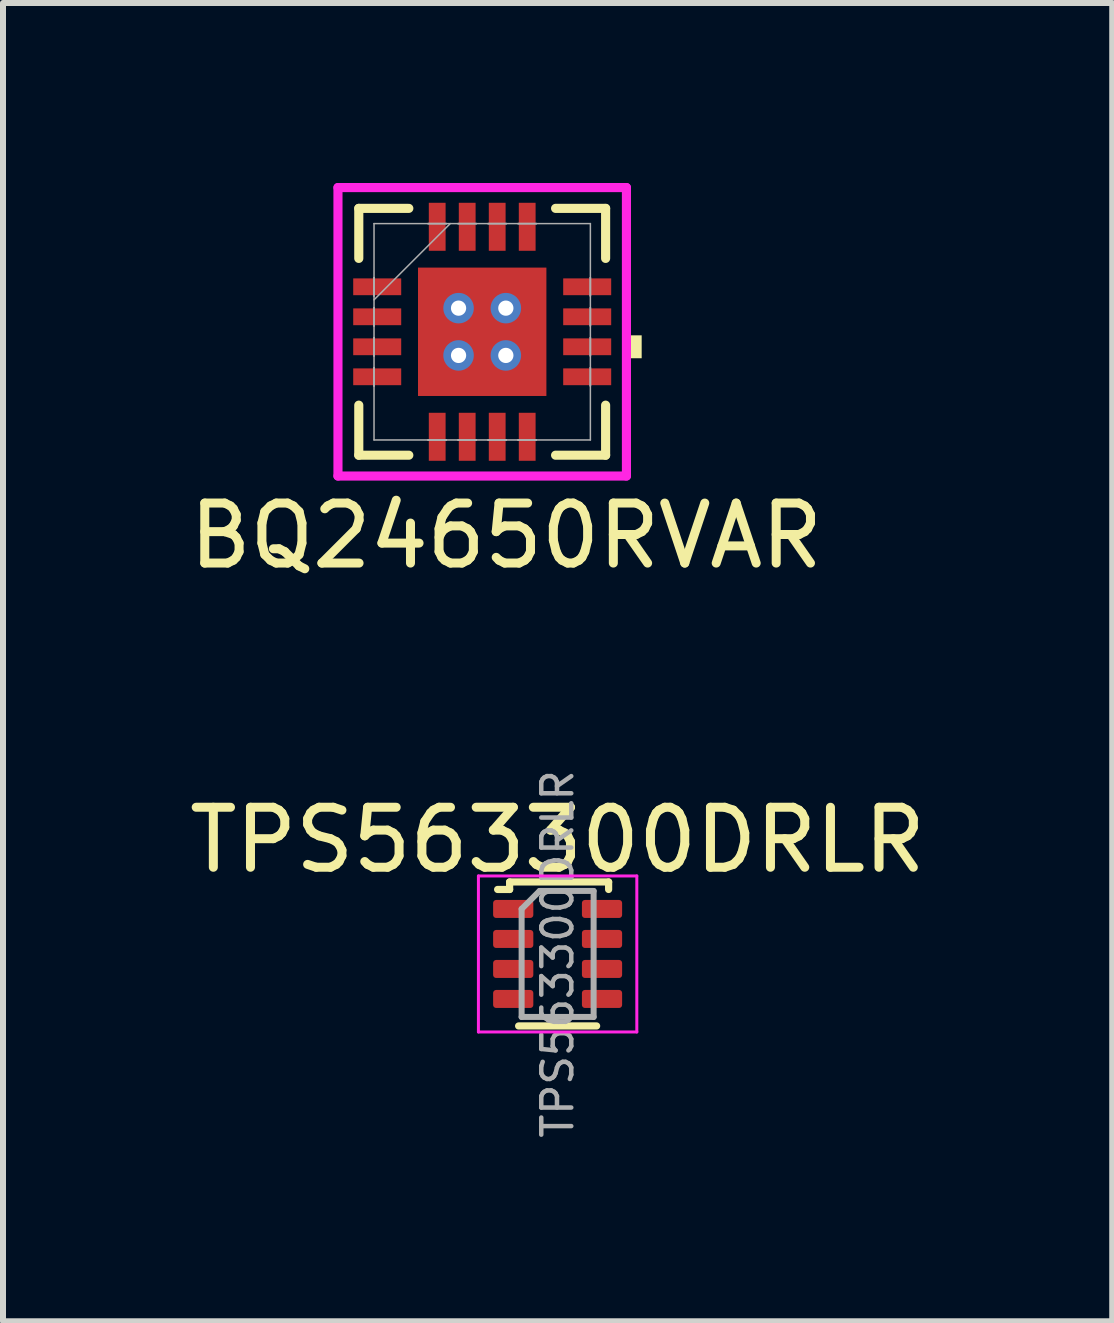
<source format=kicad_pcb>
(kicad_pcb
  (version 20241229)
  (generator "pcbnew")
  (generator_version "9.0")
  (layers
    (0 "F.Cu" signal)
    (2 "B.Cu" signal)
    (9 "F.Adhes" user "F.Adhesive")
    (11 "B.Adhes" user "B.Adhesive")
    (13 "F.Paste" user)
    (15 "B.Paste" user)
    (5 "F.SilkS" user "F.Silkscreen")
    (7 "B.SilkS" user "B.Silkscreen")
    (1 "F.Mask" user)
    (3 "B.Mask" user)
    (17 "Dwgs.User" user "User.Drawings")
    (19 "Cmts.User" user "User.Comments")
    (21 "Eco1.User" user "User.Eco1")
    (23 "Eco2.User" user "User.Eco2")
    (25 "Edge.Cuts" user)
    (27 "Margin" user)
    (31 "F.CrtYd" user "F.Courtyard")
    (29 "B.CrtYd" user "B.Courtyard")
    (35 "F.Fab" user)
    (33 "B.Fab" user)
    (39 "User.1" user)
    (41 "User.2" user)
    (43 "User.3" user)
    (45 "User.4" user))
  (footprint "BQ24650RVAR"
    (layer "F.Cu")
    (at 4.987 2.48)
    (property "Reference" "BQ24650RVAR" (at 0.4 3.4 0) (unlocked yes) (layer "F.SilkS") (effects (font (size 1 1) (thickness 0.15))))
    (attr smd)
    (fp_poly (pts (xy -2.22 -0.96) (xy -2.22 -0.54) (xy -1.28 -0.54) (xy -1.28 -0.96)) (stroke (width 0) (type solid)) (fill yes) (layer "F.Mask"))
    (fp_poly (pts (xy -2.22 -0.46) (xy -2.22 -0.04) (xy -1.28 -0.04) (xy -1.28 -0.46)) (stroke (width 0) (type solid)) (fill yes) (layer "F.Mask"))
    (fp_poly (pts (xy -2.22 0.04) (xy -2.22 0.46) (xy -1.28 0.46) (xy -1.28 0.04)) (stroke (width 0) (type solid)) (fill yes) (layer "F.Mask"))
    (fp_poly (pts (xy -2.22 0.54) (xy -2.22 0.96) (xy -1.28 0.96) (xy -1.28 0.54)) (stroke (width 0) (type solid)) (fill yes) (layer "F.Mask"))
    (fp_poly (pts (xy -1.133 -1.133) (xy -0.594 -1.133) (xy -0.594 1.133) (xy -1.133 1.133)) (stroke (width 0) (type solid)) (fill yes) (layer "F.Mask"))
    (fp_poly (pts (xy -1.133 -1.133) (xy 1.133 -1.133) (xy 1.133 -0.594) (xy -1.133 -0.594)) (stroke (width 0) (type solid)) (fill yes) (layer "F.Mask"))
    (fp_poly (pts (xy -1.133 -0.194) (xy 1.133 -0.194) (xy 1.133 0.194) (xy -1.133 0.194)) (stroke (width 0) (type solid)) (fill yes) (layer "F.Mask"))
    (fp_poly (pts (xy -1.133 0.594) (xy 1.133 0.594) (xy 1.133 1.133) (xy -1.133 1.133)) (stroke (width 0) (type solid)) (fill yes) (layer "F.Mask"))
    (fp_poly (pts (xy -0.96 -2.22) (xy -0.96 -1.28) (xy -0.54 -1.28) (xy -0.54 -2.22)) (stroke (width 0) (type solid)) (fill yes) (layer "F.Mask"))
    (fp_poly (pts (xy -0.96 1.28) (xy -0.96 2.22) (xy -0.54 2.22) (xy -0.54 1.28)) (stroke (width 0) (type solid)) (fill yes) (layer "F.Mask"))
    (fp_poly (pts (xy -0.46 -2.22) (xy -0.46 -1.28) (xy -0.04 -1.28) (xy -0.04 -2.22)) (stroke (width 0) (type solid)) (fill yes) (layer "F.Mask"))
    (fp_poly (pts (xy -0.46 1.28) (xy -0.46 2.22) (xy -0.04 2.22) (xy -0.04 1.28)) (stroke (width 0) (type solid)) (fill yes) (layer "F.Mask"))
    (fp_poly (pts (xy 0.04 -2.22) (xy 0.04 -1.28) (xy 0.46 -1.28) (xy 0.46 -2.22)) (stroke (width 0) (type solid)) (fill yes) (layer "F.Mask"))
    (fp_poly (pts (xy 0.04 1.28) (xy 0.04 2.22) (xy 0.46 2.22) (xy 0.46 1.28)) (stroke (width 0) (type solid)) (fill yes) (layer "F.Mask"))
    (fp_poly (pts (xy 0.194 -1.133) (xy -0.194 -1.133) (xy -0.194 1.133) (xy 0.194 1.133)) (stroke (width 0) (type solid)) (fill yes) (layer "F.Mask"))
    (fp_poly (pts (xy 0.54 -2.22) (xy 0.54 -1.28) (xy 0.96 -1.28) (xy 0.96 -2.22)) (stroke (width 0) (type solid)) (fill yes) (layer "F.Mask"))
    (fp_poly (pts (xy 0.54 1.28) (xy 0.54 2.22) (xy 0.96 2.22) (xy 0.96 1.28)) (stroke (width 0) (type solid)) (fill yes) (layer "F.Mask"))
    (fp_poly (pts (xy 0.594 -1.133) (xy 1.133 -1.133) (xy 1.133 1.133) (xy 0.594 1.133)) (stroke (width 0) (type solid)) (fill yes) (layer "F.Mask"))
    (fp_poly (pts (xy 1.28 -0.96) (xy 1.28 -0.54) (xy 2.22 -0.54) (xy 2.22 -0.96)) (stroke (width 0) (type solid)) (fill yes) (layer "F.Mask"))
    (fp_poly (pts (xy 1.28 -0.46) (xy 1.28 -0.04) (xy 2.22 -0.04) (xy 2.22 -0.46)) (stroke (width 0) (type solid)) (fill yes) (layer "F.Mask"))
    (fp_poly (pts (xy 1.28 0.04) (xy 1.28 0.46) (xy 2.22 0.46) (xy 2.22 0.04)) (stroke (width 0) (type solid)) (fill yes) (layer "F.Mask"))
    (fp_poly (pts (xy 1.28 0.54) (xy 1.28 0.96) (xy 2.22 0.96) (xy 2.22 0.54)) (stroke (width 0) (type solid)) (fill yes) (layer "F.Mask"))
    (fp_line (start -2.057 -2.057) (end -2.057 -1.223) (stroke (width 0.152) (type solid)) (layer "F.SilkS"))
    (fp_line (start -2.057 1.223) (end -2.057 2.057) (stroke (width 0.152) (type solid)) (layer "F.SilkS"))
    (fp_line (start -2.057 2.057) (end -1.223 2.057) (stroke (width 0.152) (type solid)) (layer "F.SilkS"))
    (fp_line (start -1.223 -2.057) (end -2.057 -2.057) (stroke (width 0.152) (type solid)) (layer "F.SilkS"))
    (fp_line (start 1.223 2.057) (end 2.057 2.057) (stroke (width 0.152) (type solid)) (layer "F.SilkS"))
    (fp_line (start 2.057 -2.057) (end 1.223 -2.057) (stroke (width 0.152) (type solid)) (layer "F.SilkS"))
    (fp_line (start 2.057 -1.223) (end 2.057 -2.057) (stroke (width 0.152) (type solid)) (layer "F.SilkS"))
    (fp_line (start 2.057 2.057) (end 2.057 1.223) (stroke (width 0.152) (type solid)) (layer "F.SilkS"))
    (fp_poly (pts (xy 2.658 0.059) (xy 2.658 0.441) (xy 2.404 0.441) (xy 2.404 0.059)) (stroke (width 0) (type solid)) (fill yes) (layer "F.SilkS"))
    (fp_poly (pts (xy -2.125 -0.865) (xy -2.125 -0.635) (xy -1.375 -0.635) (xy -1.375 -0.865)) (stroke (width 0) (type solid)) (fill yes) (layer "F.Paste"))
    (fp_poly (pts (xy -2.125 -0.365) (xy -2.125 -0.135) (xy -1.375 -0.135) (xy -1.375 -0.365)) (stroke (width 0) (type solid)) (fill yes) (layer "F.Paste"))
    (fp_poly (pts (xy -2.125 0.135) (xy -2.125 0.365) (xy -1.375 0.365) (xy -1.375 0.135)) (stroke (width 0) (type solid)) (fill yes) (layer "F.Paste"))
    (fp_poly (pts (xy -2.125 0.635) (xy -2.125 0.865) (xy -1.375 0.865) (xy -1.375 0.635)) (stroke (width 0) (type solid)) (fill yes) (layer "F.Paste"))
    (fp_poly (pts (xy -0.865 -2.125) (xy -0.865 -1.375) (xy -0.635 -1.375) (xy -0.635 -2.125)) (stroke (width 0) (type solid)) (fill yes) (layer "F.Paste"))
    (fp_poly (pts (xy -0.865 1.375) (xy -0.865 2.125) (xy -0.635 2.125) (xy -0.635 1.375)) (stroke (width 0) (type solid)) (fill yes) (layer "F.Paste"))
    (fp_poly (pts (xy -0.365 -2.125) (xy -0.365 -1.375) (xy -0.135 -1.375) (xy -0.135 -2.125)) (stroke (width 0) (type solid)) (fill yes) (layer "F.Paste"))
    (fp_poly (pts (xy -0.365 1.375) (xy -0.365 2.125) (xy -0.135 2.125) (xy -0.135 1.375)) (stroke (width 0) (type solid)) (fill yes) (layer "F.Paste"))
    (fp_poly (pts (xy 0.135 -2.125) (xy 0.135 -1.375) (xy 0.365 -1.375) (xy 0.365 -2.125)) (stroke (width 0) (type solid)) (fill yes) (layer "F.Paste"))
    (fp_poly (pts (xy 0.135 1.375) (xy 0.135 2.125) (xy 0.365 2.125) (xy 0.365 1.375)) (stroke (width 0) (type solid)) (fill yes) (layer "F.Paste"))
    (fp_poly (pts (xy 0.635 -2.125) (xy 0.635 -1.375) (xy 0.865 -1.375) (xy 0.865 -2.125)) (stroke (width 0) (type solid)) (fill yes) (layer "F.Paste"))
    (fp_poly (pts (xy 0.635 1.375) (xy 0.635 2.125) (xy 0.865 2.125) (xy 0.865 1.375)) (stroke (width 0) (type solid)) (fill yes) (layer "F.Paste"))
    (fp_poly (pts (xy 1.375 -0.865) (xy 1.375 -0.635) (xy 2.125 -0.635) (xy 2.125 -0.865)) (stroke (width 0) (type solid)) (fill yes) (layer "F.Paste"))
    (fp_poly (pts (xy 1.375 -0.365) (xy 1.375 -0.135) (xy 2.125 -0.135) (xy 2.125 -0.365)) (stroke (width 0) (type solid)) (fill yes) (layer "F.Paste"))
    (fp_poly (pts (xy 1.375 0.135) (xy 1.375 0.365) (xy 2.125 0.365) (xy 2.125 0.135)) (stroke (width 0) (type solid)) (fill yes) (layer "F.Paste"))
    (fp_poly (pts (xy 1.375 0.635) (xy 1.375 0.865) (xy 2.125 0.865) (xy 2.125 0.635)) (stroke (width 0) (type solid)) (fill yes) (layer "F.Paste"))
    (fp_poly (pts (xy -0.995 -0.995) (xy -0.995 -0.494) (xy -0.635 -0.494) (xy -0.494 -0.635) (xy -0.494 -0.995)) (stroke (width 0) (type solid)) (fill yes) (layer "F.Paste"))
    (fp_poly (pts (xy -0.995 0.494) (xy -0.995 0.995) (xy -0.494 0.995) (xy -0.494 0.635) (xy -0.635 0.494)) (stroke (width 0) (type solid)) (fill yes) (layer "F.Paste"))
    (fp_poly (pts (xy 0.494 -0.995) (xy 0.494 -0.635) (xy 0.635 -0.494) (xy 0.995 -0.494) (xy 0.995 -0.995)) (stroke (width 0) (type solid)) (fill yes) (layer "F.Paste"))
    (fp_poly (pts (xy 0.635 0.494) (xy 0.494 0.635) (xy 0.494 0.995) (xy 0.995 0.995) (xy 0.995 0.494)) (stroke (width 0) (type solid)) (fill yes) (layer "F.Paste"))
    (fp_poly (pts (xy -0.995 -0.294) (xy -0.995 0.294) (xy -0.635 0.294) (xy -0.494 0.152) (xy -0.494 -0.152) (xy -0.635 -0.294)) (stroke (width 0) (type solid)) (fill yes) (layer "F.Paste"))
    (fp_poly (pts (xy -0.294 -0.995) (xy -0.294 -0.635) (xy -0.152 -0.494) (xy 0.152 -0.494) (xy 0.294 -0.635) (xy 0.294 -0.995)) (stroke (width 0) (type solid)) (fill yes) (layer "F.Paste"))
    (fp_poly (pts (xy -0.152 0.494) (xy -0.294 0.635) (xy -0.294 0.995) (xy 0.294 0.995) (xy 0.294 0.635) (xy 0.152 0.494)) (stroke (width 0) (type solid)) (fill yes) (layer "F.Paste"))
    (fp_poly (pts (xy 0.635 -0.294) (xy 0.494 -0.152) (xy 0.494 0.152) (xy 0.635 0.294) (xy 0.995 0.294) (xy 0.995 -0.294)) (stroke (width 0) (type solid)) (fill yes) (layer "F.Paste"))
    (fp_poly (pts (xy -0.152 -0.294) (xy -0.294 -0.152) (xy -0.294 0.152) (xy -0.152 0.294) (xy 0.152 0.294) (xy 0.294 0.152) (xy 0.294 -0.152) (xy 0.152 -0.294)) (stroke (width 0) (type solid)) (fill yes) (layer "F.Paste"))
    (fp_line (start -2.404 -2.404) (end 2.404 -2.404) (stroke (width 0.152) (type solid)) (layer "F.CrtYd"))
    (fp_line (start -2.404 2.404) (end -2.404 -2.404) (stroke (width 0.152) (type solid)) (layer "F.CrtYd"))
    (fp_line (start 2.404 -2.404) (end 2.404 2.404) (stroke (width 0.152) (type solid)) (layer "F.CrtYd"))
    (fp_line (start 2.404 2.404) (end -2.404 2.404) (stroke (width 0.152) (type solid)) (layer "F.CrtYd"))
    (fp_line (start -1.803 -1.803) (end -1.803 1.803) (stroke (width 0.025) (type solid)) (layer "F.Fab"))
    (fp_line (start -1.803 -0.902) (end -1.803 -0.902) (stroke (width 0.025) (type solid)) (layer "F.Fab"))
    (fp_line (start -1.803 -0.902) (end -1.803 -0.598) (stroke (width 0.025) (type solid)) (layer "F.Fab"))
    (fp_line (start -1.803 -0.598) (end -1.803 -0.902) (stroke (width 0.025) (type solid)) (layer "F.Fab"))
    (fp_line (start -1.803 -0.598) (end -1.803 -0.598) (stroke (width 0.025) (type solid)) (layer "F.Fab"))
    (fp_line (start -1.803 -0.533) (end -0.533 -1.803) (stroke (width 0.025) (type solid)) (layer "F.Fab"))
    (fp_line (start -1.803 -0.402) (end -1.803 -0.402) (stroke (width 0.025) (type solid)) (layer "F.Fab"))
    (fp_line (start -1.803 -0.402) (end -1.803 -0.098) (stroke (width 0.025) (type solid)) (layer "F.Fab"))
    (fp_line (start -1.803 -0.098) (end -1.803 -0.402) (stroke (width 0.025) (type solid)) (layer "F.Fab"))
    (fp_line (start -1.803 -0.098) (end -1.803 -0.098) (stroke (width 0.025) (type solid)) (layer "F.Fab"))
    (fp_line (start -1.803 0.098) (end -1.803 0.098) (stroke (width 0.025) (type solid)) (layer "F.Fab"))
    (fp_line (start -1.803 0.098) (end -1.803 0.402) (stroke (width 0.025) (type solid)) (layer "F.Fab"))
    (fp_line (start -1.803 0.402) (end -1.803 0.098) (stroke (width 0.025) (type solid)) (layer "F.Fab"))
    (fp_line (start -1.803 0.402) (end -1.803 0.402) (stroke (width 0.025) (type solid)) (layer "F.Fab"))
    (fp_line (start -1.803 0.598) (end -1.803 0.598) (stroke (width 0.025) (type solid)) (layer "F.Fab"))
    (fp_line (start -1.803 0.598) (end -1.803 0.902) (stroke (width 0.025) (type solid)) (layer "F.Fab"))
    (fp_line (start -1.803 0.902) (end -1.803 0.598) (stroke (width 0.025) (type solid)) (layer "F.Fab"))
    (fp_line (start -1.803 0.902) (end -1.803 0.902) (stroke (width 0.025) (type solid)) (layer "F.Fab"))
    (fp_line (start -1.803 1.803) (end 1.803 1.803) (stroke (width 0.025) (type solid)) (layer "F.Fab"))
    (fp_line (start -0.902 -1.803) (end -0.902 -1.803) (stroke (width 0.025) (type solid)) (layer "F.Fab"))
    (fp_line (start -0.902 -1.803) (end -0.598 -1.803) (stroke (width 0.025) (type solid)) (layer "F.Fab"))
    (fp_line (start -0.902 1.803) (end -0.902 1.803) (stroke (width 0.025) (type solid)) (layer "F.Fab"))
    (fp_line (start -0.902 1.803) (end -0.598 1.803) (stroke (width 0.025) (type solid)) (layer "F.Fab"))
    (fp_line (start -0.598 -1.803) (end -0.902 -1.803) (stroke (width 0.025) (type solid)) (layer "F.Fab"))
    (fp_line (start -0.598 -1.803) (end -0.598 -1.803) (stroke (width 0.025) (type solid)) (layer "F.Fab"))
    (fp_line (start -0.598 1.803) (end -0.902 1.803) (stroke (width 0.025) (type solid)) (layer "F.Fab"))
    (fp_line (start -0.598 1.803) (end -0.598 1.803) (stroke (width 0.025) (type solid)) (layer "F.Fab"))
    (fp_line (start -0.402 -1.803) (end -0.402 -1.803) (stroke (width 0.025) (type solid)) (layer "F.Fab"))
    (fp_line (start -0.402 -1.803) (end -0.098 -1.803) (stroke (width 0.025) (type solid)) (layer "F.Fab"))
    (fp_line (start -0.402 1.803) (end -0.402 1.803) (stroke (width 0.025) (type solid)) (layer "F.Fab"))
    (fp_line (start -0.402 1.803) (end -0.098 1.803) (stroke (width 0.025) (type solid)) (layer "F.Fab"))
    (fp_line (start -0.098 -1.803) (end -0.402 -1.803) (stroke (width 0.025) (type solid)) (layer "F.Fab"))
    (fp_line (start -0.098 -1.803) (end -0.098 -1.803) (stroke (width 0.025) (type solid)) (layer "F.Fab"))
    (fp_line (start -0.098 1.803) (end -0.402 1.803) (stroke (width 0.025) (type solid)) (layer "F.Fab"))
    (fp_line (start -0.098 1.803) (end -0.098 1.803) (stroke (width 0.025) (type solid)) (layer "F.Fab"))
    (fp_line (start 0.098 -1.803) (end 0.098 -1.803) (stroke (width 0.025) (type solid)) (layer "F.Fab"))
    (fp_line (start 0.098 -1.803) (end 0.402 -1.803) (stroke (width 0.025) (type solid)) (layer "F.Fab"))
    (fp_line (start 0.098 1.803) (end 0.098 1.803) (stroke (width 0.025) (type solid)) (layer "F.Fab"))
    (fp_line (start 0.098 1.803) (end 0.402 1.803) (stroke (width 0.025) (type solid)) (layer "F.Fab"))
    (fp_line (start 0.402 -1.803) (end 0.098 -1.803) (stroke (width 0.025) (type solid)) (layer "F.Fab"))
    (fp_line (start 0.402 -1.803) (end 0.402 -1.803) (stroke (width 0.025) (type solid)) (layer "F.Fab"))
    (fp_line (start 0.402 1.803) (end 0.098 1.803) (stroke (width 0.025) (type solid)) (layer "F.Fab"))
    (fp_line (start 0.402 1.803) (end 0.402 1.803) (stroke (width 0.025) (type solid)) (layer "F.Fab"))
    (fp_line (start 0.598 -1.803) (end 0.598 -1.803) (stroke (width 0.025) (type solid)) (layer "F.Fab"))
    (fp_line (start 0.598 -1.803) (end 0.902 -1.803) (stroke (width 0.025) (type solid)) (layer "F.Fab"))
    (fp_line (start 0.598 1.803) (end 0.598 1.803) (stroke (width 0.025) (type solid)) (layer "F.Fab"))
    (fp_line (start 0.598 1.803) (end 0.902 1.803) (stroke (width 0.025) (type solid)) (layer "F.Fab"))
    (fp_line (start 0.902 -1.803) (end 0.598 -1.803) (stroke (width 0.025) (type solid)) (layer "F.Fab"))
    (fp_line (start 0.902 -1.803) (end 0.902 -1.803) (stroke (width 0.025) (type solid)) (layer "F.Fab"))
    (fp_line (start 0.902 1.803) (end 0.598 1.803) (stroke (width 0.025) (type solid)) (layer "F.Fab"))
    (fp_line (start 0.902 1.803) (end 0.902 1.803) (stroke (width 0.025) (type solid)) (layer "F.Fab"))
    (fp_line (start 1.803 -1.803) (end -1.803 -1.803) (stroke (width 0.025) (type solid)) (layer "F.Fab"))
    (fp_line (start 1.803 -0.902) (end 1.803 -0.902) (stroke (width 0.025) (type solid)) (layer "F.Fab"))
    (fp_line (start 1.803 -0.902) (end 1.803 -0.598) (stroke (width 0.025) (type solid)) (layer "F.Fab"))
    (fp_line (start 1.803 -0.598) (end 1.803 -0.902) (stroke (width 0.025) (type solid)) (layer "F.Fab"))
    (fp_line (start 1.803 -0.598) (end 1.803 -0.598) (stroke (width 0.025) (type solid)) (layer "F.Fab"))
    (fp_line (start 1.803 -0.402) (end 1.803 -0.402) (stroke (width 0.025) (type solid)) (layer "F.Fab"))
    (fp_line (start 1.803 -0.402) (end 1.803 -0.098) (stroke (width 0.025) (type solid)) (layer "F.Fab"))
    (fp_line (start 1.803 -0.098) (end 1.803 -0.402) (stroke (width 0.025) (type solid)) (layer "F.Fab"))
    (fp_line (start 1.803 -0.098) (end 1.803 -0.098) (stroke (width 0.025) (type solid)) (layer "F.Fab"))
    (fp_line (start 1.803 0.098) (end 1.803 0.098) (stroke (width 0.025) (type solid)) (layer "F.Fab"))
    (fp_line (start 1.803 0.098) (end 1.803 0.402) (stroke (width 0.025) (type solid)) (layer "F.Fab"))
    (fp_line (start 1.803 0.402) (end 1.803 0.098) (stroke (width 0.025) (type solid)) (layer "F.Fab"))
    (fp_line (start 1.803 0.402) (end 1.803 0.402) (stroke (width 0.025) (type solid)) (layer "F.Fab"))
    (fp_line (start 1.803 0.598) (end 1.803 0.598) (stroke (width 0.025) (type solid)) (layer "F.Fab"))
    (fp_line (start 1.803 0.598) (end 1.803 0.902) (stroke (width 0.025) (type solid)) (layer "F.Fab"))
    (fp_line (start 1.803 0.902) (end 1.803 0.598) (stroke (width 0.025) (type solid)) (layer "F.Fab"))
    (fp_line (start 1.803 0.902) (end 1.803 0.902) (stroke (width 0.025) (type solid)) (layer "F.Fab"))
    (fp_line (start 1.803 1.803) (end 1.803 -1.803) (stroke (width 0.025) (type solid)) (layer "F.Fab"))
    (pad "1" smd rect (at -1.75 -0.75 90) (size 0.28 0.8) (layers "F.Cu" "F.Mask"))
    (pad "2" smd rect (at -1.75 -0.25 90) (size 0.28 0.8) (layers "F.Cu" "F.Mask"))
    (pad "3" smd rect (at -1.75 0.25 90) (size 0.28 0.8) (layers "F.Cu" "F.Mask"))
    (pad "4" smd rect (at -1.75 0.75 90) (size 0.28 0.8) (layers "F.Cu" "F.Mask"))
    (pad "5" smd rect (at -0.75 1.75) (size 0.28 0.8) (layers "F.Cu" "F.Mask"))
    (pad "6" smd rect (at -0.25 1.75) (size 0.28 0.8) (layers "F.Cu" "F.Mask"))
    (pad "7" smd rect (at 0.25 1.75) (size 0.28 0.8) (layers "F.Cu" "F.Mask"))
    (pad "8" smd rect (at 0.75 1.75) (size 0.28 0.8) (layers "F.Cu" "F.Mask"))
    (pad "9" smd rect (at 1.75 0.75 90) (size 0.28 0.8) (layers "F.Cu" "F.Mask"))
    (pad "10" smd rect (at 1.75 0.25 90) (size 0.28 0.8) (layers "F.Cu" "F.Mask"))
    (pad "11" smd rect (at 1.75 -0.25 90) (size 0.28 0.8) (layers "F.Cu" "F.Mask"))
    (pad "12" smd rect (at 1.75 -0.75 90) (size 0.28 0.8) (layers "F.Cu" "F.Mask"))
    (pad "13" smd rect (at 0.75 -1.75) (size 0.28 0.8) (layers "F.Cu" "F.Mask"))
    (pad "14" smd rect (at 0.25 -1.75) (size 0.28 0.8) (layers "F.Cu" "F.Mask"))
    (pad "15" smd rect (at -0.25 -1.75) (size 0.28 0.8) (layers "F.Cu" "F.Mask"))
    (pad "16" smd rect (at -0.75 -1.75) (size 0.28 0.8) (layers "F.Cu" "F.Mask"))
    (pad "17" smd rect (at 0 0) (size 2.14 2.14) (layers "F.Cu"))
    (pad "V" thru_hole circle (at -0.394 -0.394) (size 0.508 0.508) (drill 0.254) (layers "*.Cu" "*.Mask"))
    (pad "V" thru_hole circle (at -0.394 0.394) (size 0.508 0.508) (drill 0.254) (layers "*.Cu" "*.Mask"))
    (pad "V" thru_hole circle (at 0.394 -0.394) (size 0.508 0.508) (drill 0.254) (layers "*.Cu" "*.Mask"))
    (pad "V" thru_hole circle (at 0.394 0.394) (size 0.508 0.508) (drill 0.254) (layers "*.Cu" "*.Mask")))
  (footprint "TPS563300DRLR"
    (layer "F.Cu")
    (at 6.244 12.85)
    (property "Reference" "TPS563300DRLR" (at 0 -1.9 0) (unlocked yes) (layer "F.SilkS") (effects (font (size 1 1) (thickness 0.15))))
    (attr smd)
    (fp_line (start -0.8 -1.2) (end 0.85 -1.2) (stroke (width 0.12) (type default)) (layer "F.SilkS"))
    (fp_line (start -0.8 -1.075) (end -1 -1.075) (stroke (width 0.12) (type default)) (layer "F.SilkS"))
    (fp_line (start -0.8 -1.075) (end -0.8 -1.2) (stroke (width 0.12) (type default)) (layer "F.SilkS"))
    (fp_line (start 0.65 1.2) (end -0.65 1.2) (stroke (width 0.12) (type default)) (layer "F.SilkS"))
    (fp_line (start 0.85 -1.2) (end 0.85 -1.075) (stroke (width 0.12) (type default)) (layer "F.SilkS"))
    (fp_line (start -1.32 -1.3) (end 1.32 -1.3) (stroke (width 0.05) (type default)) (layer "F.CrtYd"))
    (fp_line (start -1.32 1.3) (end -1.32 -1.3) (stroke (width 0.05) (type default)) (layer "F.CrtYd"))
    (fp_line (start 1.32 -1.3) (end 1.32 1.3) (stroke (width 0.05) (type default)) (layer "F.CrtYd"))
    (fp_line (start 1.32 1.3) (end -1.32 1.3) (stroke (width 0.05) (type default)) (layer "F.CrtYd"))
    (fp_line (start -0.6 -0.75) (end -0.6 1.05) (stroke (width 0.1) (type default)) (layer "F.Fab"))
    (fp_line (start -0.6 1.05) (end 0.6 1.05) (stroke (width 0.1) (type default)) (layer "F.Fab"))
    (fp_line (start -0.3 -1.05) (end -0.6 -0.75) (stroke (width 0.1) (type default)) (layer "F.Fab"))
    (fp_line (start 0.6 -1.05) (end -0.3 -1.05) (stroke (width 0.1) (type default)) (layer "F.Fab"))
    (fp_line (start 0.6 -1.05) (end 0.6 1.05) (stroke (width 0.1) (type default)) (layer "F.Fab"))
    (fp_text user "${REFERENCE}" (at 0 0 90) (unlocked yes) (layer "F.Fab") (effects (font (size 0.5 0.5) (thickness 0.075))))
    (pad "1" smd roundrect (at -0.74 -0.75) (size 0.67 0.3) (layers "F.Cu" "F.Mask" "F.Paste") (roundrect_rratio 0.167))
    (pad "2" smd roundrect (at -0.74 -0.25) (size 0.67 0.3) (layers "F.Cu" "F.Mask" "F.Paste") (roundrect_rratio 0.167))
    (pad "3" smd roundrect (at -0.74 0.25) (size 0.67 0.3) (layers "F.Cu" "F.Mask" "F.Paste") (roundrect_rratio 0.167))
    (pad "4" smd roundrect (at -0.74 0.75) (size 0.67 0.3) (layers "F.Cu" "F.Mask" "F.Paste") (roundrect_rratio 0.167))
    (pad "5" smd roundrect (at 0.74 0.75) (size 0.67 0.3) (layers "F.Cu" "F.Mask" "F.Paste") (roundrect_rratio 0.167))
    (pad "6" smd roundrect (at 0.74 0.25) (size 0.67 0.3) (layers "F.Cu" "F.Mask" "F.Paste") (roundrect_rratio 0.167))
    (pad "7" smd roundrect (at 0.74 -0.25) (size 0.67 0.3) (layers "F.Cu" "F.Mask" "F.Paste") (roundrect_rratio 0.167))
    (pad "8" smd roundrect (at 0.74 -0.75) (size 0.67 0.3) (layers "F.Cu" "F.Mask" "F.Paste") (roundrect_rratio 0.167)))
  (gr_rect
    (start -3 -3)
    (end 15.488 18.972)
    (stroke (width 0.1) (type default))
    (fill no)
    (layer "Edge.Cuts")))
</source>
